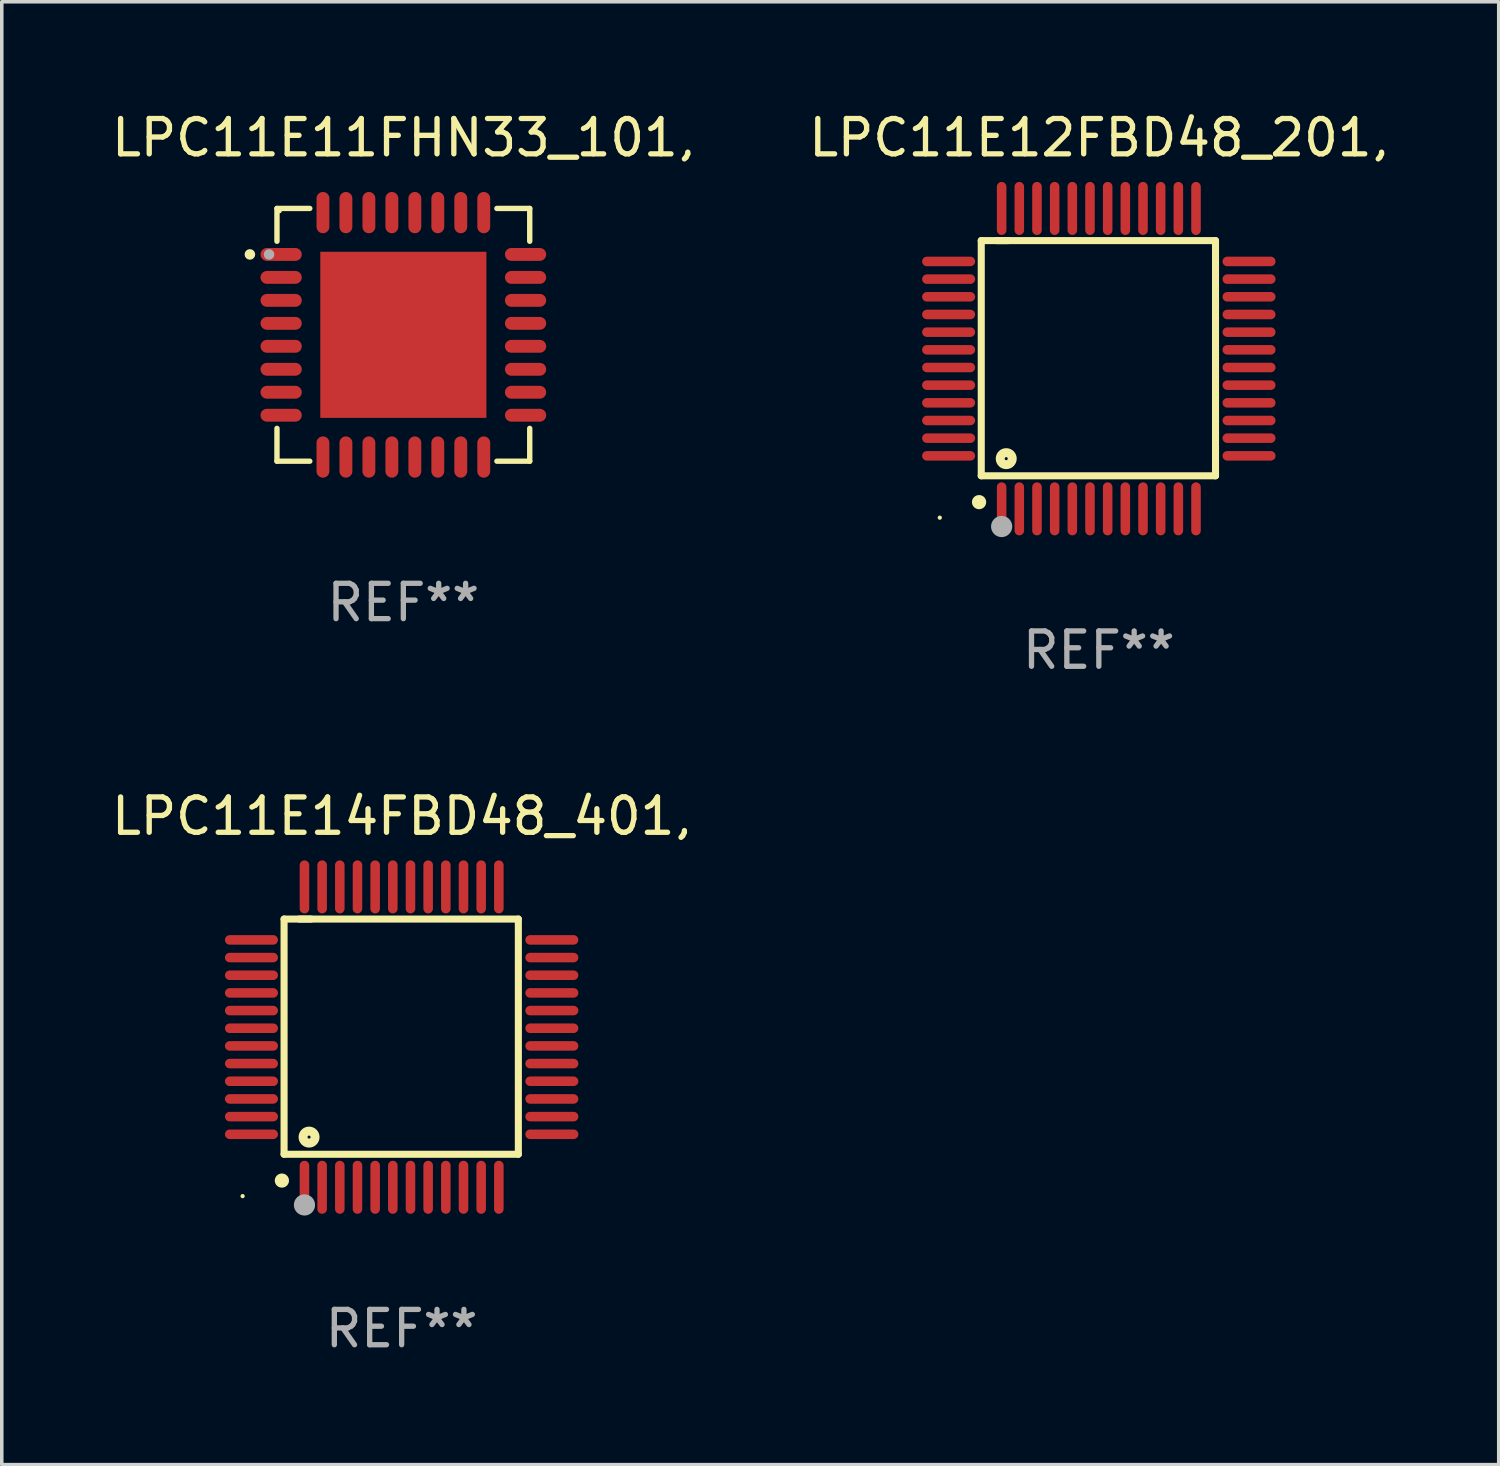
<source format=kicad_pcb>
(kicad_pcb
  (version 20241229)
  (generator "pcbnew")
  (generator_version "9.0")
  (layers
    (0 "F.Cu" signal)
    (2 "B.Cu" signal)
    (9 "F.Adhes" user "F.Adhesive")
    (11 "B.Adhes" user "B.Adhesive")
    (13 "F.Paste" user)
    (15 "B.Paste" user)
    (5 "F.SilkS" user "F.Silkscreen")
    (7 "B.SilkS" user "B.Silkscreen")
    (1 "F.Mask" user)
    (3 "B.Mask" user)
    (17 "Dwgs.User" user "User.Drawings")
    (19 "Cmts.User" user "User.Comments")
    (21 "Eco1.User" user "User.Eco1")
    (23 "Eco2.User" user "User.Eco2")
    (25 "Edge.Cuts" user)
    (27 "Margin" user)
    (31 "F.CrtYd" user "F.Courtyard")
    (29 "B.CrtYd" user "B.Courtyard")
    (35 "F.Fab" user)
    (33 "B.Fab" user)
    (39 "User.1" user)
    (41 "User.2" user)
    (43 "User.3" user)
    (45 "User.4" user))
  (footprint "LPC11E11FHN33_101,"
    (layer "F.Cu")
    (at 8.363 6.424)
    (property "Reference" "LPC11E11FHN33_101," (at 0 -5.576 0) (layer "F.SilkS") (effects (font (size 1 1) (thickness 0.15))))
    (attr through_hole)
    (fp_line (start -3.576 -3.576) (end -3.576 -2.647) (stroke (width 0.152) (type solid)) (layer "F.SilkS"))
    (fp_line (start -3.576 3.576) (end -3.576 2.647) (stroke (width 0.152) (type solid)) (layer "F.SilkS"))
    (fp_line (start -2.647 -3.576) (end -3.576 -3.576) (stroke (width 0.152) (type solid)) (layer "F.SilkS"))
    (fp_line (start -2.647 3.576) (end -3.576 3.576) (stroke (width 0.152) (type solid)) (layer "F.SilkS"))
    (fp_line (start 2.647 -3.576) (end 3.576 -3.576) (stroke (width 0.152) (type solid)) (layer "F.SilkS"))
    (fp_line (start 2.647 3.576) (end 3.576 3.576) (stroke (width 0.152) (type solid)) (layer "F.SilkS"))
    (fp_line (start 3.576 -3.576) (end 3.576 -2.647) (stroke (width 0.152) (type solid)) (layer "F.SilkS"))
    (fp_line (start 3.576 3.576) (end 3.576 2.647) (stroke (width 0.152) (type solid)) (layer "F.SilkS"))
    (fp_circle (center -4.342 -2.275) (end -4.267 -2.275) (stroke (width 0.15) (type solid)) (fill no) (layer "F.SilkS"))
    (fp_circle (center -3.5 -3.5) (end -3.47 -3.5) (stroke (width 0.06) (type solid)) (fill no) (layer "F.SilkS"))
    (fp_circle (center -3.8 -2.275) (end -3.725 -2.275) (stroke (width 0.15) (type solid)) (fill no) (layer "F.Fab"))
    (fp_text user "REF**" (at 0 7.576 0) (layer "F.Fab") (effects (font (size 1 1) (thickness 0.15))))
    (pad "1" smd oval (at -3.458 -2.275 270) (size 0.364 1.167) (layers "F.Cu" "F.Mask" "F.Paste"))
    (pad "2" smd oval (at -3.458 -1.625 270) (size 0.364 1.167) (layers "F.Cu" "F.Mask" "F.Paste"))
    (pad "3" smd oval (at -3.458 -0.975 270) (size 0.364 1.167) (layers "F.Cu" "F.Mask" "F.Paste"))
    (pad "4" smd oval (at -3.458 -0.325 270) (size 0.364 1.167) (layers "F.Cu" "F.Mask" "F.Paste"))
    (pad "5" smd oval (at -3.458 0.325 270) (size 0.364 1.167) (layers "F.Cu" "F.Mask" "F.Paste"))
    (pad "6" smd oval (at -3.458 0.975 270) (size 0.364 1.167) (layers "F.Cu" "F.Mask" "F.Paste"))
    (pad "7" smd oval (at -3.458 1.625 270) (size 0.364 1.167) (layers "F.Cu" "F.Mask" "F.Paste"))
    (pad "8" smd oval (at -3.458 2.275 270) (size 0.364 1.167) (layers "F.Cu" "F.Mask" "F.Paste"))
    (pad "9" smd oval (at -2.275 3.458 270) (size 1.167 0.364) (layers "F.Cu" "F.Mask" "F.Paste"))
    (pad "10" smd oval (at -1.625 3.458 270) (size 1.167 0.364) (layers "F.Cu" "F.Mask" "F.Paste"))
    (pad "11" smd oval (at -0.975 3.458 270) (size 1.167 0.364) (layers "F.Cu" "F.Mask" "F.Paste"))
    (pad "12" smd oval (at -0.325 3.458 270) (size 1.167 0.364) (layers "F.Cu" "F.Mask" "F.Paste"))
    (pad "13" smd oval (at 0.325 3.458 270) (size 1.167 0.364) (layers "F.Cu" "F.Mask" "F.Paste"))
    (pad "14" smd oval (at 0.975 3.458 270) (size 1.167 0.364) (layers "F.Cu" "F.Mask" "F.Paste"))
    (pad "15" smd oval (at 1.625 3.458 270) (size 1.167 0.364) (layers "F.Cu" "F.Mask" "F.Paste"))
    (pad "16" smd oval (at 2.275 3.458 270) (size 1.167 0.364) (layers "F.Cu" "F.Mask" "F.Paste"))
    (pad "17" smd oval (at 3.458 2.275 270) (size 0.364 1.167) (layers "F.Cu" "F.Mask" "F.Paste"))
    (pad "18" smd oval (at 3.458 1.625 270) (size 0.364 1.167) (layers "F.Cu" "F.Mask" "F.Paste"))
    (pad "19" smd oval (at 3.458 0.975 270) (size 0.364 1.167) (layers "F.Cu" "F.Mask" "F.Paste"))
    (pad "20" smd oval (at 3.458 0.325 270) (size 0.364 1.167) (layers "F.Cu" "F.Mask" "F.Paste"))
    (pad "21" smd oval (at 3.458 -0.325 270) (size 0.364 1.167) (layers "F.Cu" "F.Mask" "F.Paste"))
    (pad "22" smd oval (at 3.458 -0.975 270) (size 0.364 1.167) (layers "F.Cu" "F.Mask" "F.Paste"))
    (pad "23" smd oval (at 3.458 -1.625 270) (size 0.364 1.167) (layers "F.Cu" "F.Mask" "F.Paste"))
    (pad "24" smd oval (at 3.458 -2.275 270) (size 0.364 1.167) (layers "F.Cu" "F.Mask" "F.Paste"))
    (pad "25" smd oval (at 2.275 -3.458 270) (size 1.167 0.364) (layers "F.Cu" "F.Mask" "F.Paste"))
    (pad "26" smd oval (at 1.625 -3.458 270) (size 1.167 0.364) (layers "F.Cu" "F.Mask" "F.Paste"))
    (pad "27" smd oval (at 0.975 -3.458 270) (size 1.167 0.364) (layers "F.Cu" "F.Mask" "F.Paste"))
    (pad "28" smd oval (at 0.325 -3.458 270) (size 1.167 0.364) (layers "F.Cu" "F.Mask" "F.Paste"))
    (pad "29" smd oval (at -0.325 -3.458 270) (size 1.167 0.364) (layers "F.Cu" "F.Mask" "F.Paste"))
    (pad "30" smd oval (at -0.975 -3.458 270) (size 1.167 0.364) (layers "F.Cu" "F.Mask" "F.Paste"))
    (pad "31" smd oval (at -1.625 -3.458 270) (size 1.167 0.364) (layers "F.Cu" "F.Mask" "F.Paste"))
    (pad "32" smd oval (at -2.275 -3.458 270) (size 1.167 0.364) (layers "F.Cu" "F.Mask" "F.Paste"))
    (pad "33" smd rect (at 0 0) (size 4.7 4.7) (layers "F.Cu" "F.Mask" "F.Paste")))
  (footprint "LPC11E14FBD48_401,"
    (layer "F.Cu")
    (at 8.315 26.295)
    (property "Reference" "LPC11E14FBD48_401," (at 0 -6.25 0) (layer "F.SilkS") (effects (font (size 1 1) (thickness 0.15))))
    (attr through_hole)
    (fp_line (start -3.327 -3.34) (end -2.565 -3.34) (stroke (width 0.2) (type solid)) (layer "F.SilkS"))
    (fp_line (start -3.327 3.315) (end -3.327 -3.34) (stroke (width 0.2) (type solid)) (layer "F.SilkS"))
    (fp_line (start -2.896 -3.34) (end 3.302 -3.34) (stroke (width 0.2) (type solid)) (layer "F.SilkS"))
    (fp_line (start 3.302 -3.34) (end 3.302 3.315) (stroke (width 0.2) (type solid)) (layer "F.SilkS"))
    (fp_line (start 3.302 3.315) (end -3.327 3.315) (stroke (width 0.2) (type solid)) (layer "F.SilkS"))
    (fp_arc (start -3.389992 4.059995) (mid -3.388722 4.059991) (end -3.387452 4.059995) (stroke (width 0.4) (type solid)) (layer "F.SilkS"))
    (fp_circle (center -4.5 4.5) (end -4.47 4.5) (stroke (width 0.06) (type solid)) (fill no) (layer "F.SilkS"))
    (fp_circle (center -2.62 2.83) (end -2.45 2.83) (stroke (width 0.254) (type solid)) (fill no) (layer "F.SilkS"))
    (fp_circle (center -2.75 4.75) (end -2.6 4.75) (stroke (width 0.3) (type solid)) (fill no) (layer "F.Fab"))
    (fp_text user "REF**" (at 0 8.25 0) (layer "F.Fab") (effects (font (size 1 1) (thickness 0.15))))
    (pad "1" smd oval (at -2.75 4.25) (size 0.27 1.5) (layers "F.Cu" "F.Mask" "F.Paste"))
    (pad "2" smd oval (at -2.25 4.25) (size 0.27 1.5) (layers "F.Cu" "F.Mask" "F.Paste"))
    (pad "3" smd oval (at -1.75 4.25) (size 0.27 1.5) (layers "F.Cu" "F.Mask" "F.Paste"))
    (pad "4" smd oval (at -1.25 4.25) (size 0.27 1.5) (layers "F.Cu" "F.Mask" "F.Paste"))
    (pad "5" smd oval (at -0.75 4.25) (size 0.27 1.5) (layers "F.Cu" "F.Mask" "F.Paste"))
    (pad "6" smd oval (at -0.25 4.25) (size 0.27 1.5) (layers "F.Cu" "F.Mask" "F.Paste"))
    (pad "7" smd oval (at 0.25 4.25) (size 0.27 1.5) (layers "F.Cu" "F.Mask" "F.Paste"))
    (pad "8" smd oval (at 0.75 4.25) (size 0.27 1.5) (layers "F.Cu" "F.Mask" "F.Paste"))
    (pad "9" smd oval (at 1.25 4.25) (size 0.27 1.5) (layers "F.Cu" "F.Mask" "F.Paste"))
    (pad "10" smd oval (at 1.75 4.25) (size 0.27 1.5) (layers "F.Cu" "F.Mask" "F.Paste"))
    (pad "11" smd oval (at 2.25 4.25) (size 0.27 1.5) (layers "F.Cu" "F.Mask" "F.Paste"))
    (pad "12" smd oval (at 2.75 4.25) (size 0.27 1.5) (layers "F.Cu" "F.Mask" "F.Paste"))
    (pad "13" smd oval (at 4.25 2.75) (size 1.5 0.27) (layers "F.Cu" "F.Mask" "F.Paste"))
    (pad "14" smd oval (at 4.25 2.25) (size 1.5 0.27) (layers "F.Cu" "F.Mask" "F.Paste"))
    (pad "15" smd oval (at 4.25 1.75) (size 1.5 0.27) (layers "F.Cu" "F.Mask" "F.Paste"))
    (pad "16" smd oval (at 4.25 1.25) (size 1.5 0.27) (layers "F.Cu" "F.Mask" "F.Paste"))
    (pad "17" smd oval (at 4.25 0.75) (size 1.5 0.27) (layers "F.Cu" "F.Mask" "F.Paste"))
    (pad "18" smd oval (at 4.25 0.25) (size 1.5 0.27) (layers "F.Cu" "F.Mask" "F.Paste"))
    (pad "19" smd oval (at 4.25 -0.25) (size 1.5 0.27) (layers "F.Cu" "F.Mask" "F.Paste"))
    (pad "20" smd oval (at 4.25 -0.75) (size 1.5 0.27) (layers "F.Cu" "F.Mask" "F.Paste"))
    (pad "21" smd oval (at 4.25 -1.25) (size 1.5 0.27) (layers "F.Cu" "F.Mask" "F.Paste"))
    (pad "22" smd oval (at 4.25 -1.75) (size 1.5 0.27) (layers "F.Cu" "F.Mask" "F.Paste"))
    (pad "23" smd oval (at 4.25 -2.25) (size 1.5 0.27) (layers "F.Cu" "F.Mask" "F.Paste"))
    (pad "24" smd oval (at 4.25 -2.75) (size 1.5 0.27) (layers "F.Cu" "F.Mask" "F.Paste"))
    (pad "25" smd oval (at 2.75 -4.25) (size 0.27 1.5) (layers "F.Cu" "F.Mask" "F.Paste"))
    (pad "26" smd oval (at 2.25 -4.25) (size 0.27 1.5) (layers "F.Cu" "F.Mask" "F.Paste"))
    (pad "27" smd oval (at 1.75 -4.25) (size 0.27 1.5) (layers "F.Cu" "F.Mask" "F.Paste"))
    (pad "28" smd oval (at 1.25 -4.25) (size 0.27 1.5) (layers "F.Cu" "F.Mask" "F.Paste"))
    (pad "29" smd oval (at 0.75 -4.25) (size 0.27 1.5) (layers "F.Cu" "F.Mask" "F.Paste"))
    (pad "30" smd oval (at 0.25 -4.25) (size 0.27 1.5) (layers "F.Cu" "F.Mask" "F.Paste"))
    (pad "31" smd oval (at -0.25 -4.25) (size 0.27 1.5) (layers "F.Cu" "F.Mask" "F.Paste"))
    (pad "32" smd oval (at -0.75 -4.25) (size 0.27 1.5) (layers "F.Cu" "F.Mask" "F.Paste"))
    (pad "33" smd oval (at -1.25 -4.25) (size 0.27 1.5) (layers "F.Cu" "F.Mask" "F.Paste"))
    (pad "34" smd oval (at -1.75 -4.25) (size 0.27 1.5) (layers "F.Cu" "F.Mask" "F.Paste"))
    (pad "35" smd oval (at -2.25 -4.25) (size 0.27 1.5) (layers "F.Cu" "F.Mask" "F.Paste"))
    (pad "36" smd oval (at -2.75 -4.25) (size 0.27 1.5) (layers "F.Cu" "F.Mask" "F.Paste"))
    (pad "37" smd oval (at -4.25 -2.75) (size 1.5 0.27) (layers "F.Cu" "F.Mask" "F.Paste"))
    (pad "38" smd oval (at -4.25 -2.25) (size 1.5 0.27) (layers "F.Cu" "F.Mask" "F.Paste"))
    (pad "39" smd oval (at -4.25 -1.75) (size 1.5 0.27) (layers "F.Cu" "F.Mask" "F.Paste"))
    (pad "40" smd oval (at -4.25 -1.25) (size 1.5 0.27) (layers "F.Cu" "F.Mask" "F.Paste"))
    (pad "41" smd oval (at -4.25 -0.75) (size 1.5 0.27) (layers "F.Cu" "F.Mask" "F.Paste"))
    (pad "42" smd oval (at -4.25 -0.25) (size 1.5 0.27) (layers "F.Cu" "F.Mask" "F.Paste"))
    (pad "43" smd oval (at -4.25 0.25) (size 1.5 0.27) (layers "F.Cu" "F.Mask" "F.Paste"))
    (pad "44" smd oval (at -4.25 0.75) (size 1.5 0.27) (layers "F.Cu" "F.Mask" "F.Paste"))
    (pad "45" smd oval (at -4.25 1.25) (size 1.5 0.27) (layers "F.Cu" "F.Mask" "F.Paste"))
    (pad "46" smd oval (at -4.25 1.75) (size 1.5 0.27) (layers "F.Cu" "F.Mask" "F.Paste"))
    (pad "47" smd oval (at -4.25 2.25) (size 1.5 0.27) (layers "F.Cu" "F.Mask" "F.Paste"))
    (pad "48" smd oval (at -4.25 2.75) (size 1.5 0.27) (layers "F.Cu" "F.Mask" "F.Paste")))
  (footprint "LPC11E12FBD48_201,"
    (layer "F.Cu")
    (at 28.042 7.098)
    (property "Reference" "LPC11E12FBD48_201," (at 0 -6.25 0) (layer "F.SilkS") (effects (font (size 1 1) (thickness 0.15))))
    (attr through_hole)
    (fp_line (start -3.327 -3.34) (end -2.565 -3.34) (stroke (width 0.2) (type solid)) (layer "F.SilkS"))
    (fp_line (start -3.327 3.315) (end -3.327 -3.34) (stroke (width 0.2) (type solid)) (layer "F.SilkS"))
    (fp_line (start -2.896 -3.34) (end 3.302 -3.34) (stroke (width 0.2) (type solid)) (layer "F.SilkS"))
    (fp_line (start 3.302 -3.34) (end 3.302 3.315) (stroke (width 0.2) (type solid)) (layer "F.SilkS"))
    (fp_line (start 3.302 3.315) (end -3.327 3.315) (stroke (width 0.2) (type solid)) (layer "F.SilkS"))
    (fp_arc (start -3.389992 4.059995) (mid -3.388722 4.059991) (end -3.387452 4.059995) (stroke (width 0.4) (type solid)) (layer "F.SilkS"))
    (fp_circle (center -4.5 4.5) (end -4.47 4.5) (stroke (width 0.06) (type solid)) (fill no) (layer "F.SilkS"))
    (fp_circle (center -2.62 2.83) (end -2.45 2.83) (stroke (width 0.254) (type solid)) (fill no) (layer "F.SilkS"))
    (fp_circle (center -2.75 4.75) (end -2.6 4.75) (stroke (width 0.3) (type solid)) (fill no) (layer "F.Fab"))
    (fp_text user "REF**" (at 0 8.25 0) (layer "F.Fab") (effects (font (size 1 1) (thickness 0.15))))
    (pad "1" smd oval (at -2.75 4.25) (size 0.27 1.5) (layers "F.Cu" "F.Mask" "F.Paste"))
    (pad "2" smd oval (at -2.25 4.25) (size 0.27 1.5) (layers "F.Cu" "F.Mask" "F.Paste"))
    (pad "3" smd oval (at -1.75 4.25) (size 0.27 1.5) (layers "F.Cu" "F.Mask" "F.Paste"))
    (pad "4" smd oval (at -1.25 4.25) (size 0.27 1.5) (layers "F.Cu" "F.Mask" "F.Paste"))
    (pad "5" smd oval (at -0.75 4.25) (size 0.27 1.5) (layers "F.Cu" "F.Mask" "F.Paste"))
    (pad "6" smd oval (at -0.25 4.25) (size 0.27 1.5) (layers "F.Cu" "F.Mask" "F.Paste"))
    (pad "7" smd oval (at 0.25 4.25) (size 0.27 1.5) (layers "F.Cu" "F.Mask" "F.Paste"))
    (pad "8" smd oval (at 0.75 4.25) (size 0.27 1.5) (layers "F.Cu" "F.Mask" "F.Paste"))
    (pad "9" smd oval (at 1.25 4.25) (size 0.27 1.5) (layers "F.Cu" "F.Mask" "F.Paste"))
    (pad "10" smd oval (at 1.75 4.25) (size 0.27 1.5) (layers "F.Cu" "F.Mask" "F.Paste"))
    (pad "11" smd oval (at 2.25 4.25) (size 0.27 1.5) (layers "F.Cu" "F.Mask" "F.Paste"))
    (pad "12" smd oval (at 2.75 4.25) (size 0.27 1.5) (layers "F.Cu" "F.Mask" "F.Paste"))
    (pad "13" smd oval (at 4.25 2.75) (size 1.5 0.27) (layers "F.Cu" "F.Mask" "F.Paste"))
    (pad "14" smd oval (at 4.25 2.25) (size 1.5 0.27) (layers "F.Cu" "F.Mask" "F.Paste"))
    (pad "15" smd oval (at 4.25 1.75) (size 1.5 0.27) (layers "F.Cu" "F.Mask" "F.Paste"))
    (pad "16" smd oval (at 4.25 1.25) (size 1.5 0.27) (layers "F.Cu" "F.Mask" "F.Paste"))
    (pad "17" smd oval (at 4.25 0.75) (size 1.5 0.27) (layers "F.Cu" "F.Mask" "F.Paste"))
    (pad "18" smd oval (at 4.25 0.25) (size 1.5 0.27) (layers "F.Cu" "F.Mask" "F.Paste"))
    (pad "19" smd oval (at 4.25 -0.25) (size 1.5 0.27) (layers "F.Cu" "F.Mask" "F.Paste"))
    (pad "20" smd oval (at 4.25 -0.75) (size 1.5 0.27) (layers "F.Cu" "F.Mask" "F.Paste"))
    (pad "21" smd oval (at 4.25 -1.25) (size 1.5 0.27) (layers "F.Cu" "F.Mask" "F.Paste"))
    (pad "22" smd oval (at 4.25 -1.75) (size 1.5 0.27) (layers "F.Cu" "F.Mask" "F.Paste"))
    (pad "23" smd oval (at 4.25 -2.25) (size 1.5 0.27) (layers "F.Cu" "F.Mask" "F.Paste"))
    (pad "24" smd oval (at 4.25 -2.75) (size 1.5 0.27) (layers "F.Cu" "F.Mask" "F.Paste"))
    (pad "25" smd oval (at 2.75 -4.25) (size 0.27 1.5) (layers "F.Cu" "F.Mask" "F.Paste"))
    (pad "26" smd oval (at 2.25 -4.25) (size 0.27 1.5) (layers "F.Cu" "F.Mask" "F.Paste"))
    (pad "27" smd oval (at 1.75 -4.25) (size 0.27 1.5) (layers "F.Cu" "F.Mask" "F.Paste"))
    (pad "28" smd oval (at 1.25 -4.25) (size 0.27 1.5) (layers "F.Cu" "F.Mask" "F.Paste"))
    (pad "29" smd oval (at 0.75 -4.25) (size 0.27 1.5) (layers "F.Cu" "F.Mask" "F.Paste"))
    (pad "30" smd oval (at 0.25 -4.25) (size 0.27 1.5) (layers "F.Cu" "F.Mask" "F.Paste"))
    (pad "31" smd oval (at -0.25 -4.25) (size 0.27 1.5) (layers "F.Cu" "F.Mask" "F.Paste"))
    (pad "32" smd oval (at -0.75 -4.25) (size 0.27 1.5) (layers "F.Cu" "F.Mask" "F.Paste"))
    (pad "33" smd oval (at -1.25 -4.25) (size 0.27 1.5) (layers "F.Cu" "F.Mask" "F.Paste"))
    (pad "34" smd oval (at -1.75 -4.25) (size 0.27 1.5) (layers "F.Cu" "F.Mask" "F.Paste"))
    (pad "35" smd oval (at -2.25 -4.25) (size 0.27 1.5) (layers "F.Cu" "F.Mask" "F.Paste"))
    (pad "36" smd oval (at -2.75 -4.25) (size 0.27 1.5) (layers "F.Cu" "F.Mask" "F.Paste"))
    (pad "37" smd oval (at -4.25 -2.75) (size 1.5 0.27) (layers "F.Cu" "F.Mask" "F.Paste"))
    (pad "38" smd oval (at -4.25 -2.25) (size 1.5 0.27) (layers "F.Cu" "F.Mask" "F.Paste"))
    (pad "39" smd oval (at -4.25 -1.75) (size 1.5 0.27) (layers "F.Cu" "F.Mask" "F.Paste"))
    (pad "40" smd oval (at -4.25 -1.25) (size 1.5 0.27) (layers "F.Cu" "F.Mask" "F.Paste"))
    (pad "41" smd oval (at -4.25 -0.75) (size 1.5 0.27) (layers "F.Cu" "F.Mask" "F.Paste"))
    (pad "42" smd oval (at -4.25 -0.25) (size 1.5 0.27) (layers "F.Cu" "F.Mask" "F.Paste"))
    (pad "43" smd oval (at -4.25 0.25) (size 1.5 0.27) (layers "F.Cu" "F.Mask" "F.Paste"))
    (pad "44" smd oval (at -4.25 0.75) (size 1.5 0.27) (layers "F.Cu" "F.Mask" "F.Paste"))
    (pad "45" smd oval (at -4.25 1.25) (size 1.5 0.27) (layers "F.Cu" "F.Mask" "F.Paste"))
    (pad "46" smd oval (at -4.25 1.75) (size 1.5 0.27) (layers "F.Cu" "F.Mask" "F.Paste"))
    (pad "47" smd oval (at -4.25 2.25) (size 1.5 0.27) (layers "F.Cu" "F.Mask" "F.Paste"))
    (pad "48" smd oval (at -4.25 2.75) (size 1.5 0.27) (layers "F.Cu" "F.Mask" "F.Paste")))
  (gr_rect
    (start -3 -3)
    (end 39.357 38.393)
    (stroke (width 0.1) (type default))
    (fill no)
    (layer "Edge.Cuts")))
</source>
